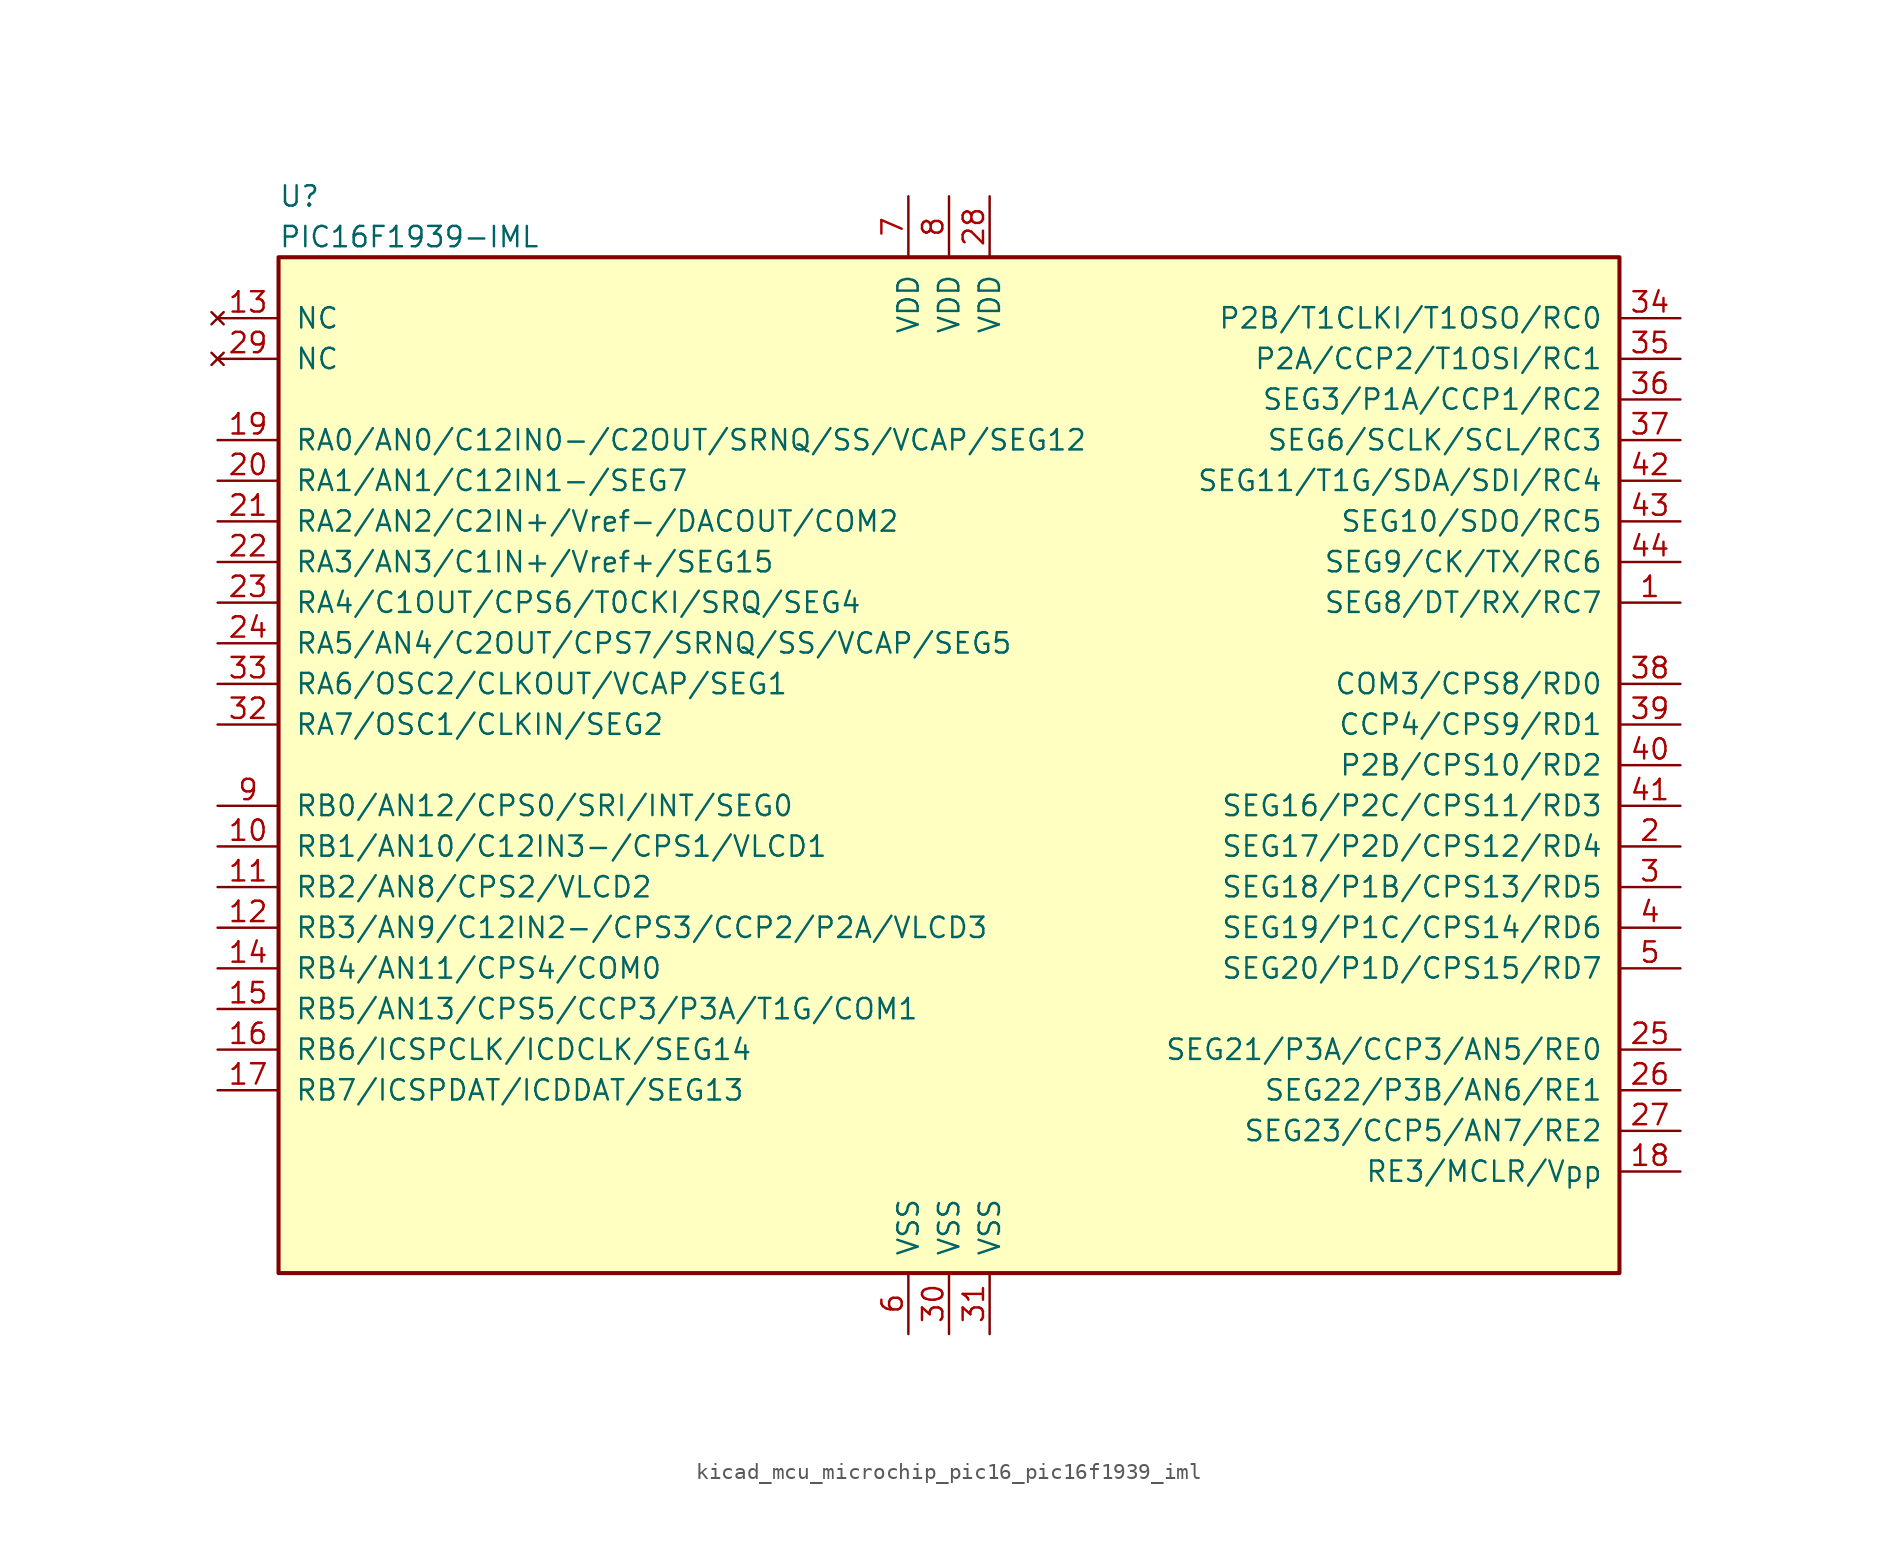
<source format=kicad_sym>
(kicad_symbol_lib
  (version 20220914)
  (generator kicad_symbol_editor)
  (symbol "kicad_mcu_microchip_pic16_pic16f1939_iml"
    (pin_names
      (offset 1.016))
    (property "Reference" "U"
      (at -41.91 35.56 0)
      (effects (font (size 1.27 1.27)) (justify left)))
    (property "Value" "PIC16F1939-IML"
      (at -41.91 33.02 0)
      (effects (font (size 1.27 1.27)) (justify left)))
    (symbol "kicad_mcu_microchip_pic16_pic16f1939_iml_0_1"
      (rectangle (start -41.91 31.75) (end 41.91 -31.75) (stroke (width 0.254) (type default)) (fill (type background))))
    (symbol "kicad_mcu_microchip_pic16_pic16f1939_iml_1_1"
      (pin bidirectional line (at 45.72 10.16 180) (length 3.81) (name "SEG8/DT/RX/RC7" (effects (font (size 1.27 1.27)))) (number "1" (effects (font (size 1.27 1.27)))))
      (pin bidirectional line (at -45.72 -5.08 0) (length 3.81) (name "RB1/AN10/C12IN3-/CPS1/VLCD1" (effects (font (size 1.27 1.27)))) (number "10" (effects (font (size 1.27 1.27)))))
      (pin bidirectional line (at -45.72 -7.62 0) (length 3.81) (name "RB2/AN8/CPS2/VLCD2" (effects (font (size 1.27 1.27)))) (number "11" (effects (font (size 1.27 1.27)))))
      (pin bidirectional line (at -45.72 -10.16 0) (length 3.81) (name "RB3/AN9/C12IN2-/CPS3/CCP2/P2A/VLCD3" (effects (font (size 1.27 1.27)))) (number "12" (effects (font (size 1.27 1.27)))))
      (pin no_connect line (at -45.72 27.94 0) (length 3.81) (name "NC" (effects (font (size 1.27 1.27)))) (number "13" (effects (font (size 1.27 1.27)))))
      (pin bidirectional line (at -45.72 -12.7 0) (length 3.81) (name "RB4/AN11/CPS4/COM0" (effects (font (size 1.27 1.27)))) (number "14" (effects (font (size 1.27 1.27)))))
      (pin bidirectional line (at -45.72 -15.24 0) (length 3.81) (name "RB5/AN13/CPS5/CCP3/P3A/T1G/COM1" (effects (font (size 1.27 1.27)))) (number "15" (effects (font (size 1.27 1.27)))))
      (pin bidirectional line (at -45.72 -17.78 0) (length 3.81) (name "RB6/ICSPCLK/ICDCLK/SEG14" (effects (font (size 1.27 1.27)))) (number "16" (effects (font (size 1.27 1.27)))))
      (pin bidirectional line (at -45.72 -20.32 0) (length 3.81) (name "RB7/ICSPDAT/ICDDAT/SEG13" (effects (font (size 1.27 1.27)))) (number "17" (effects (font (size 1.27 1.27)))))
      (pin bidirectional line (at 45.72 -25.4 180) (length 3.81) (name "RE3/MCLR/Vpp" (effects (font (size 1.27 1.27)))) (number "18" (effects (font (size 1.27 1.27)))))
      (pin bidirectional line (at -45.72 20.32 0) (length 3.81) (name "RA0/AN0/C12IN0-/C2OUT/SRNQ/SS/VCAP/SEG12" (effects (font (size 1.27 1.27)))) (number "19" (effects (font (size 1.27 1.27)))))
      (pin bidirectional line (at 45.72 -5.08 180) (length 3.81) (name "SEG17/P2D/CPS12/RD4" (effects (font (size 1.27 1.27)))) (number "2" (effects (font (size 1.27 1.27)))))
      (pin bidirectional line (at -45.72 17.78 0) (length 3.81) (name "RA1/AN1/C12IN1-/SEG7" (effects (font (size 1.27 1.27)))) (number "20" (effects (font (size 1.27 1.27)))))
      (pin bidirectional line (at -45.72 15.24 0) (length 3.81) (name "RA2/AN2/C2IN+/Vref-/DACOUT/COM2" (effects (font (size 1.27 1.27)))) (number "21" (effects (font (size 1.27 1.27)))))
      (pin bidirectional line (at -45.72 12.7 0) (length 3.81) (name "RA3/AN3/C1IN+/Vref+/SEG15" (effects (font (size 1.27 1.27)))) (number "22" (effects (font (size 1.27 1.27)))))
      (pin bidirectional line (at -45.72 10.16 0) (length 3.81) (name "RA4/C1OUT/CPS6/T0CKI/SRQ/SEG4" (effects (font (size 1.27 1.27)))) (number "23" (effects (font (size 1.27 1.27)))))
      (pin bidirectional line (at -45.72 7.62 0) (length 3.81) (name "RA5/AN4/C2OUT/CPS7/SRNQ/SS/VCAP/SEG5" (effects (font (size 1.27 1.27)))) (number "24" (effects (font (size 1.27 1.27)))))
      (pin bidirectional line (at 45.72 -17.78 180) (length 3.81) (name "SEG21/P3A/CCP3/AN5/RE0" (effects (font (size 1.27 1.27)))) (number "25" (effects (font (size 1.27 1.27)))))
      (pin bidirectional line (at 45.72 -20.32 180) (length 3.81) (name "SEG22/P3B/AN6/RE1" (effects (font (size 1.27 1.27)))) (number "26" (effects (font (size 1.27 1.27)))))
      (pin bidirectional line (at 45.72 -22.86 180) (length 3.81) (name "SEG23/CCP5/AN7/RE2" (effects (font (size 1.27 1.27)))) (number "27" (effects (font (size 1.27 1.27)))))
      (pin power_in line (at 2.54 35.56 270) (length 3.81) (name "VDD" (effects (font (size 1.27 1.27)))) (number "28" (effects (font (size 1.27 1.27)))))
      (pin no_connect line (at -45.72 25.4 0) (length 3.81) (name "NC" (effects (font (size 1.27 1.27)))) (number "29" (effects (font (size 1.27 1.27)))))
      (pin bidirectional line (at 45.72 -7.62 180) (length 3.81) (name "SEG18/P1B/CPS13/RD5" (effects (font (size 1.27 1.27)))) (number "3" (effects (font (size 1.27 1.27)))))
      (pin power_in line (at 0 -35.56 90) (length 3.81) (name "VSS" (effects (font (size 1.27 1.27)))) (number "30" (effects (font (size 1.27 1.27)))))
      (pin power_in line (at 2.54 -35.56 90) (length 3.81) (name "VSS" (effects (font (size 1.27 1.27)))) (number "31" (effects (font (size 1.27 1.27)))))
      (pin bidirectional line (at -45.72 2.54 0) (length 3.81) (name "RA7/OSC1/CLKIN/SEG2" (effects (font (size 1.27 1.27)))) (number "32" (effects (font (size 1.27 1.27)))))
      (pin bidirectional line (at -45.72 5.08 0) (length 3.81) (name "RA6/OSC2/CLKOUT/VCAP/SEG1" (effects (font (size 1.27 1.27)))) (number "33" (effects (font (size 1.27 1.27)))))
      (pin bidirectional line (at 45.72 27.94 180) (length 3.81) (name "P2B/T1CLKI/T1OSO/RC0" (effects (font (size 1.27 1.27)))) (number "34" (effects (font (size 1.27 1.27)))))
      (pin bidirectional line (at 45.72 25.4 180) (length 3.81) (name "P2A/CCP2/T1OSI/RC1" (effects (font (size 1.27 1.27)))) (number "35" (effects (font (size 1.27 1.27)))))
      (pin bidirectional line (at 45.72 22.86 180) (length 3.81) (name "SEG3/P1A/CCP1/RC2" (effects (font (size 1.27 1.27)))) (number "36" (effects (font (size 1.27 1.27)))))
      (pin bidirectional line (at 45.72 20.32 180) (length 3.81) (name "SEG6/SCLK/SCL/RC3" (effects (font (size 1.27 1.27)))) (number "37" (effects (font (size 1.27 1.27)))))
      (pin bidirectional line (at 45.72 5.08 180) (length 3.81) (name "COM3/CPS8/RD0" (effects (font (size 1.27 1.27)))) (number "38" (effects (font (size 1.27 1.27)))))
      (pin bidirectional line (at 45.72 2.54 180) (length 3.81) (name "CCP4/CPS9/RD1" (effects (font (size 1.27 1.27)))) (number "39" (effects (font (size 1.27 1.27)))))
      (pin bidirectional line (at 45.72 -10.16 180) (length 3.81) (name "SEG19/P1C/CPS14/RD6" (effects (font (size 1.27 1.27)))) (number "4" (effects (font (size 1.27 1.27)))))
      (pin bidirectional line (at 45.72 0 180) (length 3.81) (name "P2B/CPS10/RD2" (effects (font (size 1.27 1.27)))) (number "40" (effects (font (size 1.27 1.27)))))
      (pin bidirectional line (at 45.72 -2.54 180) (length 3.81) (name "SEG16/P2C/CPS11/RD3" (effects (font (size 1.27 1.27)))) (number "41" (effects (font (size 1.27 1.27)))))
      (pin bidirectional line (at 45.72 17.78 180) (length 3.81) (name "SEG11/T1G/SDA/SDI/RC4" (effects (font (size 1.27 1.27)))) (number "42" (effects (font (size 1.27 1.27)))))
      (pin bidirectional line (at 45.72 15.24 180) (length 3.81) (name "SEG10/SDO/RC5" (effects (font (size 1.27 1.27)))) (number "43" (effects (font (size 1.27 1.27)))))
      (pin bidirectional line (at 45.72 12.7 180) (length 3.81) (name "SEG9/CK/TX/RC6" (effects (font (size 1.27 1.27)))) (number "44" (effects (font (size 1.27 1.27)))))
      (pin bidirectional line (at 45.72 -12.7 180) (length 3.81) (name "SEG20/P1D/CPS15/RD7" (effects (font (size 1.27 1.27)))) (number "5" (effects (font (size 1.27 1.27)))))
      (pin bidirectional line (at -2.54 -35.56 90) (length 3.81) (name "VSS" (effects (font (size 1.27 1.27)))) (number "6" (effects (font (size 1.27 1.27)))))
      (pin bidirectional line (at -2.54 35.56 270) (length 3.81) (name "VDD" (effects (font (size 1.27 1.27)))) (number "7" (effects (font (size 1.27 1.27)))))
      (pin bidirectional line (at 0 35.56 270) (length 3.81) (name "VDD" (effects (font (size 1.27 1.27)))) (number "8" (effects (font (size 1.27 1.27)))))
      (pin bidirectional line (at -45.72 -2.54 0) (length 3.81) (name "RB0/AN12/CPS0/SRI/INT/SEG0" (effects (font (size 1.27 1.27)))) (number "9" (effects (font (size 1.27 1.27))))))))
</source>
